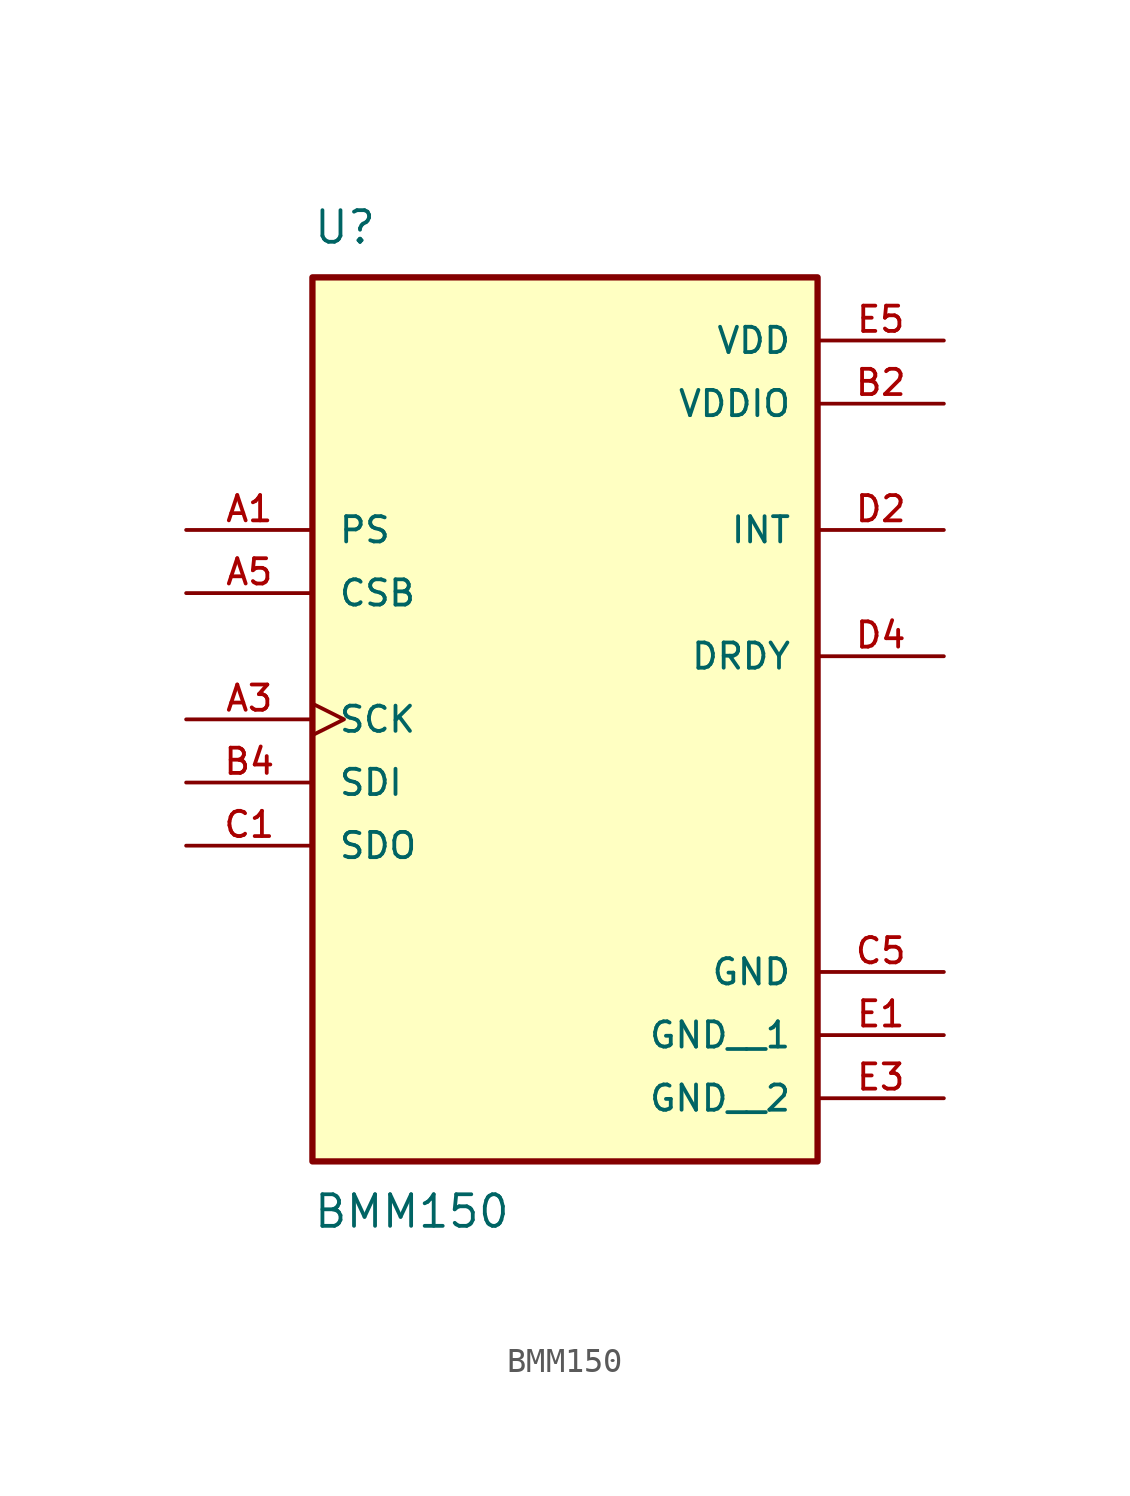
<source format=kicad_sym>
(kicad_symbol_lib
  (version 20231120)
  (generator "kicad_symbol_editor")
  (generator_version "8.0")
  (symbol "BMM150"
    (pin_names
      (offset 1.016))
    (property "Reference" "U"
      (at -10.16 16.51 0)
      (effects (font (size 1.27 1.27)) (justify left bottom)))
    (property "Value" "BMM150"
      (at -10.16 -21.59 0)
      (effects (font (size 1.27 1.27)) (justify left top)))
    (symbol "BMM150_0_0"
      (rectangle (start -10.16 -20.32) (end 10.16 15.24) (stroke (width 0.254) (type default)) (fill (type background)))
      (pin input line (at -15.24 5.08 0) (length 5.08) (name "PS" (effects (font (size 1.016 1.016)))) (number "A1" (effects (font (size 1.016 1.016)))))
      (pin input clock (at -15.24 -2.54 0) (length 5.08) (name "SCK" (effects (font (size 1.016 1.016)))) (number "A3" (effects (font (size 1.016 1.016)))))
      (pin input line (at -15.24 2.54 0) (length 5.08) (name "CSB" (effects (font (size 1.016 1.016)))) (number "A5" (effects (font (size 1.016 1.016)))))
      (pin power_in line (at 15.24 10.16 180) (length 5.08) (name "VDDIO" (effects (font (size 1.016 1.016)))) (number "B2" (effects (font (size 1.016 1.016)))))
      (pin bidirectional line (at -15.24 -5.08 0) (length 5.08) (name "SDI" (effects (font (size 1.016 1.016)))) (number "B4" (effects (font (size 1.016 1.016)))))
      (pin output line (at -15.24 -7.62 0) (length 5.08) (name "SDO" (effects (font (size 1.016 1.016)))) (number "C1" (effects (font (size 1.016 1.016)))))
      (pin power_in line (at 15.24 -12.7 180) (length 5.08) (name "GND" (effects (font (size 1.016 1.016)))) (number "C5" (effects (font (size 1.016 1.016)))))
      (pin output line (at 15.24 5.08 180) (length 5.08) (name "INT" (effects (font (size 1.016 1.016)))) (number "D2" (effects (font (size 1.016 1.016)))))
      (pin output line (at 15.24 0 180) (length 5.08) (name "DRDY" (effects (font (size 1.016 1.016)))) (number "D4" (effects (font (size 1.016 1.016)))))
      (pin power_in line (at 15.24 -15.24 180) (length 5.08) (name "GND__1" (effects (font (size 1.016 1.016)))) (number "E1" (effects (font (size 1.016 1.016)))))
      (pin power_in line (at 15.24 -17.78 180) (length 5.08) (name "GND__2" (effects (font (size 1.016 1.016)))) (number "E3" (effects (font (size 1.016 1.016)))))
      (pin power_in line (at 15.24 12.7 180) (length 5.08) (name "VDD" (effects (font (size 1.016 1.016)))) (number "E5" (effects (font (size 1.016 1.016))))))))
</source>
